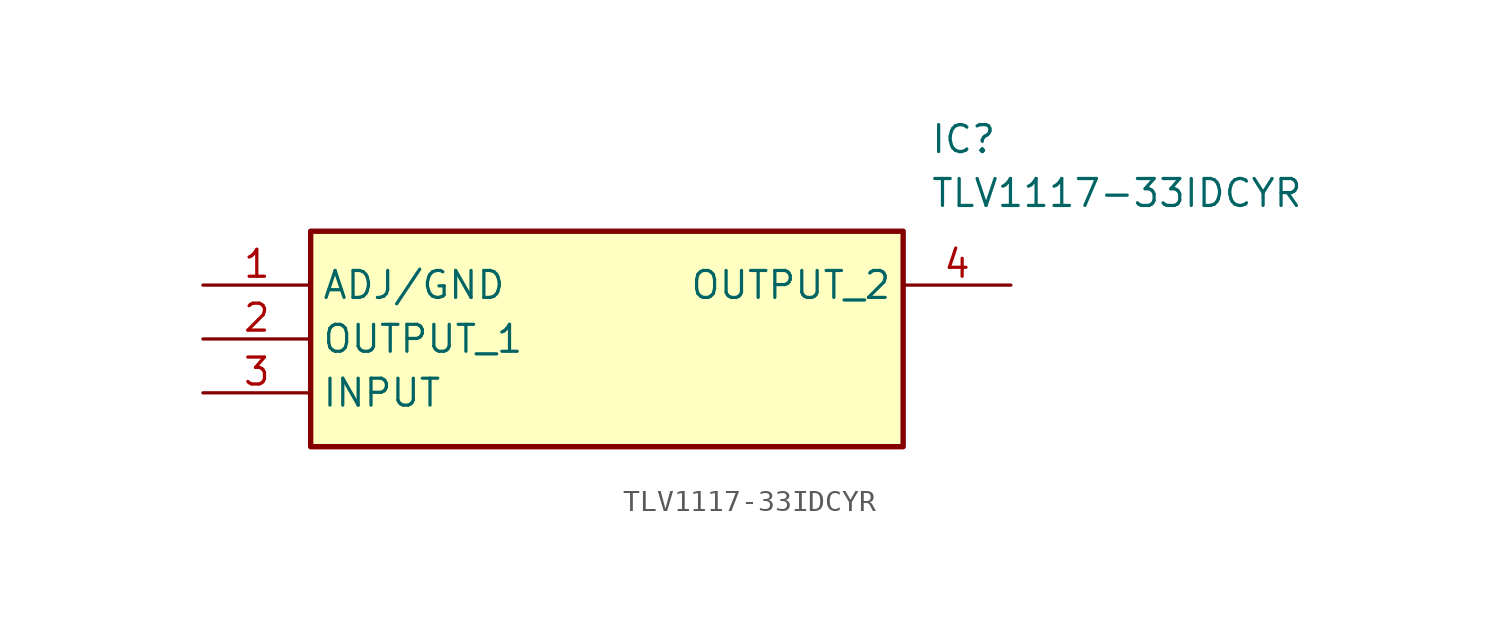
<source format=kicad_sym>
(kicad_symbol_lib
  (version 20211014)
  (generator SamacSys_ECAD_Model)
  (symbol "TLV1117-33IDCYR"
    (property "Reference" "IC"
      (at 34.29 7.62 0)
      (effects (font (size 1.27 1.27)) (justify left top)))
    (property "Value" "TLV1117-33IDCYR"
      (at 34.29 5.08 0)
      (effects (font (size 1.27 1.27)) (justify left top)))
    (rectangle
      (start 5.08 2.54)
      (end 33.02 -7.62)
      (stroke (width 0.254) (type default))
      (fill (type background)))
    (pin passive line
      (at 0 0 0)
      (length 5.08)
      (name "ADJ/GND" (effects (font (size 1.27 1.27))))
      (number "1" (effects (font (size 1.27 1.27)))))
    (pin passive line
      (at 0 -2.54 0)
      (length 5.08)
      (name "OUTPUT_1" (effects (font (size 1.27 1.27))))
      (number "2" (effects (font (size 1.27 1.27)))))
    (pin passive line
      (at 0 -5.08 0)
      (length 5.08)
      (name "INPUT" (effects (font (size 1.27 1.27))))
      (number "3" (effects (font (size 1.27 1.27)))))
    (pin passive line
      (at 38.1 0 180)
      (length 5.08)
      (name "OUTPUT_2" (effects (font (size 1.27 1.27))))
      (number "4" (effects (font (size 1.27 1.27)))))))
</source>
